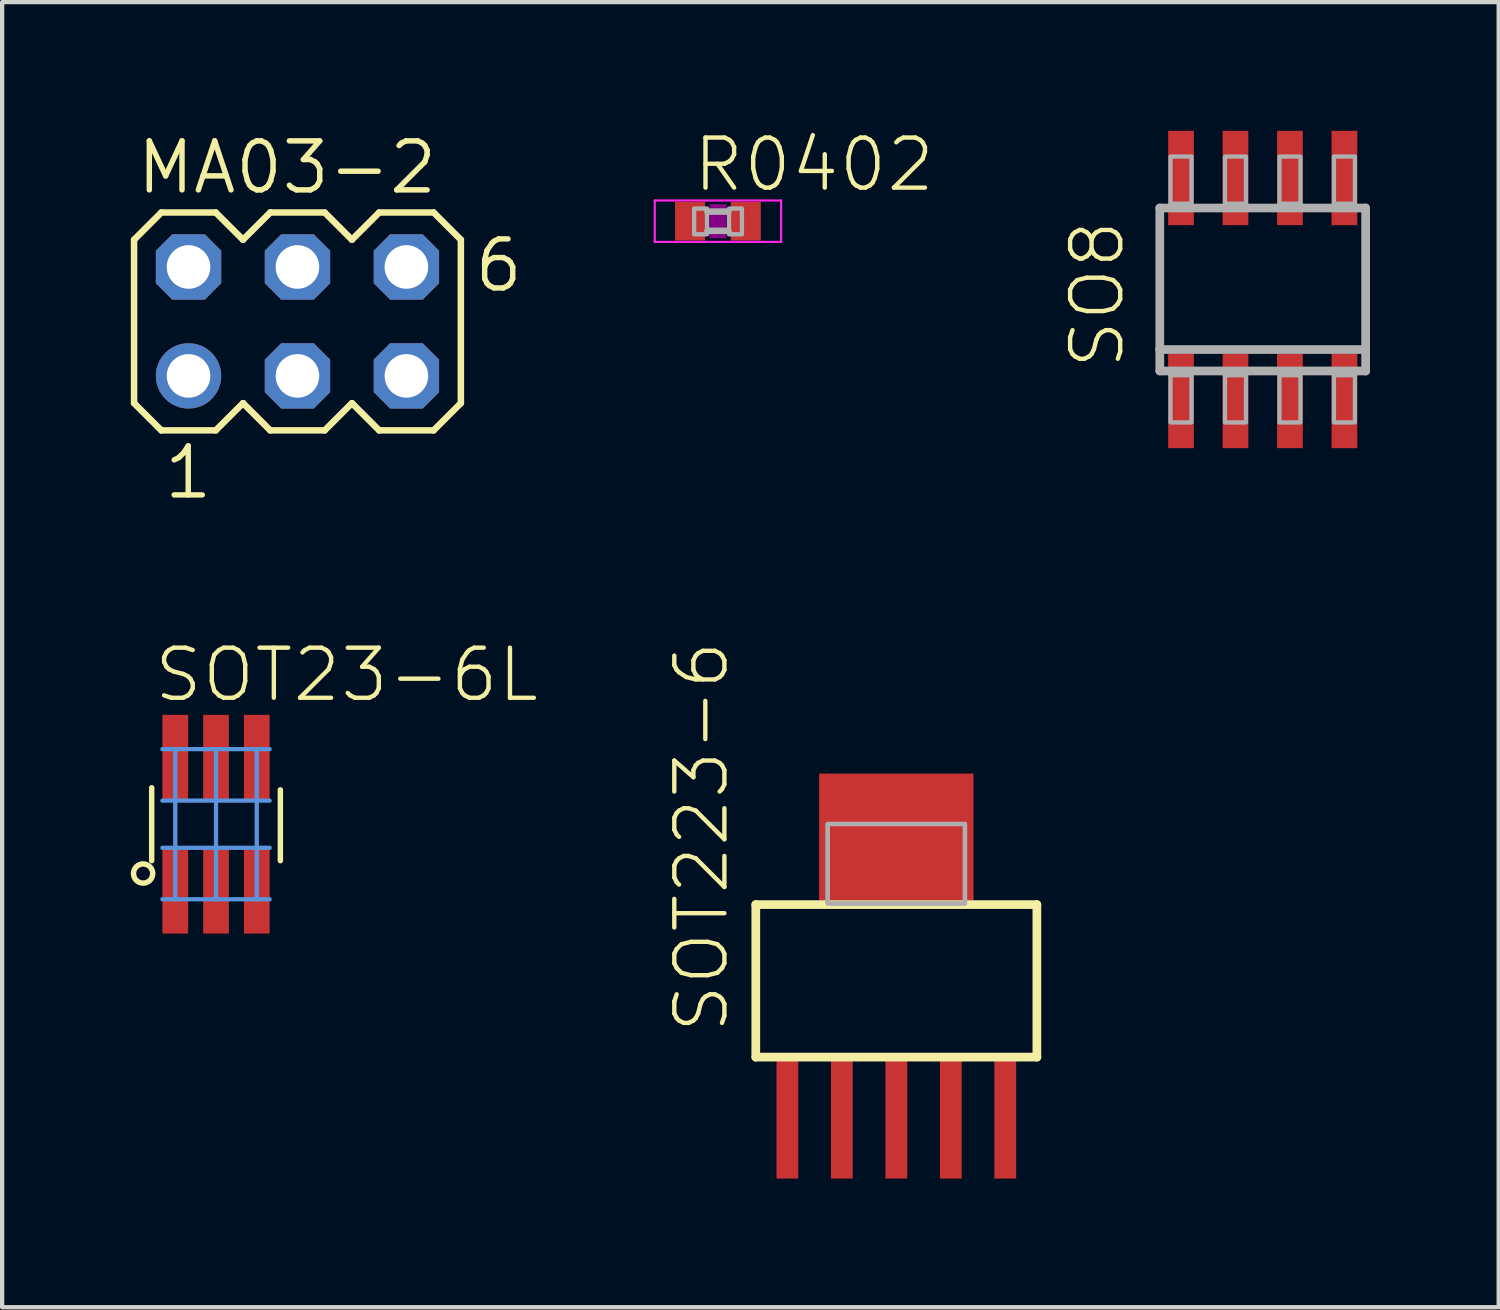
<source format=kicad_pcb>
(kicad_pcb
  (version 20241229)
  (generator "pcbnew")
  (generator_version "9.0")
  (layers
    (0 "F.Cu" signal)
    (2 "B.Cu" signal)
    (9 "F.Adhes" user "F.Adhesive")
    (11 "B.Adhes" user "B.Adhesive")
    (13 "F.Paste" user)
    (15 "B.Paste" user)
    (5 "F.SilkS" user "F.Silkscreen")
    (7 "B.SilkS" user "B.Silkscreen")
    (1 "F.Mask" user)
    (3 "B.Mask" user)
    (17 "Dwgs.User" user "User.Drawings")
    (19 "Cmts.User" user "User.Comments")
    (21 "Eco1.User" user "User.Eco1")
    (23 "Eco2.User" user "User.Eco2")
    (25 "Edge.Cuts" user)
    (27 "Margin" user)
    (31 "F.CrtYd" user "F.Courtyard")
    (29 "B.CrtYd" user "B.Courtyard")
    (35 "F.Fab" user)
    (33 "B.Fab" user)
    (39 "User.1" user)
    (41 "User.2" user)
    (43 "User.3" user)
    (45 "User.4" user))
  (footprint "R0402"
    (layer "F.Cu")
    (at 13.69 2.108)
    (property "Reference" "R0402" (at -0.635 -0.635 0) (layer "F.SilkS") (effects (font (size 1.168 1.168) (thickness 0.102)) (justify left bottom)))
    (fp_poly (pts (xy -0.2 0.4) (xy 0.2 0.4) (xy 0.2 -0.4) (xy -0.2 -0.4)) (stroke (width 0) (type solid)) (fill yes) (layer "F.Adhes"))
    (fp_line (start -1.473 -0.483) (end 1.473 -0.483) (stroke (width 0.051) (type solid)) (layer "F.CrtYd"))
    (fp_line (start -1.473 0.483) (end -1.473 -0.483) (stroke (width 0.051) (type solid)) (layer "F.CrtYd"))
    (fp_line (start 1.473 -0.483) (end 1.473 0.483) (stroke (width 0.051) (type solid)) (layer "F.CrtYd"))
    (fp_line (start 1.473 0.483) (end -1.473 0.483) (stroke (width 0.051) (type solid)) (layer "F.CrtYd"))
    (fp_line (start -0.245 -0.224) (end 0.245 -0.224) (stroke (width 0.152) (type solid)) (layer "F.Fab"))
    (fp_line (start 0.245 0.224) (end -0.245 0.224) (stroke (width 0.152) (type solid)) (layer "F.Fab"))
    (fp_poly (pts (xy -0.554 0.305) (xy -0.254 0.305) (xy -0.254 -0.295) (xy -0.554 -0.295)) (stroke (width 0.1) (type solid)) (fill no) (layer "F.Fab"))
    (fp_poly (pts (xy 0.259 0.305) (xy 0.559 0.305) (xy 0.559 -0.295) (xy 0.259 -0.295)) (stroke (width 0.1) (type solid)) (fill no) (layer "F.Fab"))
    (pad "1" smd rect (at -0.65 0) (size 0.7 0.9) (layers "F.Cu" "F.Mask" "F.Paste"))
    (pad "2" smd rect (at 0.65 0) (size 0.7 0.9) (layers "F.Cu" "F.Mask" "F.Paste")))
  (footprint "MA03-2"
    (layer "F.Cu")
    (at 3.886 4.445)
    (property "Reference" "MA03-2" (at -3.81 -2.921 0) (layer "F.SilkS") (effects (font (size 1.143 1.143) (thickness 0.127)) (justify left bottom)))
    (fp_line (start -3.81 -1.905) (end -3.81 1.905) (stroke (width 0.152) (type solid)) (layer "F.SilkS"))
    (fp_line (start -3.81 1.905) (end -3.175 2.54) (stroke (width 0.152) (type solid)) (layer "F.SilkS"))
    (fp_line (start -3.175 -2.54) (end -3.81 -1.905) (stroke (width 0.152) (type solid)) (layer "F.SilkS"))
    (fp_line (start -3.175 -2.54) (end -1.905 -2.54) (stroke (width 0.152) (type solid)) (layer "F.SilkS"))
    (fp_line (start -1.905 -2.54) (end -1.27 -1.905) (stroke (width 0.152) (type solid)) (layer "F.SilkS"))
    (fp_line (start -1.905 2.54) (end -3.175 2.54) (stroke (width 0.152) (type solid)) (layer "F.SilkS"))
    (fp_line (start -1.27 -1.905) (end -0.635 -2.54) (stroke (width 0.152) (type solid)) (layer "F.SilkS"))
    (fp_line (start -1.27 1.905) (end -1.905 2.54) (stroke (width 0.152) (type solid)) (layer "F.SilkS"))
    (fp_line (start -0.635 -2.54) (end 0.635 -2.54) (stroke (width 0.152) (type solid)) (layer "F.SilkS"))
    (fp_line (start -0.635 2.54) (end -1.27 1.905) (stroke (width 0.152) (type solid)) (layer "F.SilkS"))
    (fp_line (start 0.635 -2.54) (end 1.27 -1.905) (stroke (width 0.152) (type solid)) (layer "F.SilkS"))
    (fp_line (start 0.635 2.54) (end -0.635 2.54) (stroke (width 0.152) (type solid)) (layer "F.SilkS"))
    (fp_line (start 1.27 -1.905) (end 1.905 -2.54) (stroke (width 0.152) (type solid)) (layer "F.SilkS"))
    (fp_line (start 1.27 1.905) (end 0.635 2.54) (stroke (width 0.152) (type solid)) (layer "F.SilkS"))
    (fp_line (start 1.905 -2.54) (end 3.175 -2.54) (stroke (width 0.152) (type solid)) (layer "F.SilkS"))
    (fp_line (start 1.905 2.54) (end 1.27 1.905) (stroke (width 0.152) (type solid)) (layer "F.SilkS"))
    (fp_line (start 3.175 -2.54) (end 3.81 -1.905) (stroke (width 0.152) (type solid)) (layer "F.SilkS"))
    (fp_line (start 3.175 2.54) (end 1.905 2.54) (stroke (width 0.152) (type solid)) (layer "F.SilkS"))
    (fp_line (start 3.81 -1.905) (end 3.81 1.905) (stroke (width 0.152) (type solid)) (layer "F.SilkS"))
    (fp_line (start 3.81 1.905) (end 3.175 2.54) (stroke (width 0.152) (type solid)) (layer "F.SilkS"))
    (fp_poly (pts (xy -2.794 -1.016) (xy -2.286 -1.016) (xy -2.286 -1.524) (xy -2.794 -1.524)) (stroke (width 0.1) (type solid)) (fill no) (layer "F.Fab"))
    (fp_poly (pts (xy -2.794 1.524) (xy -2.286 1.524) (xy -2.286 1.016) (xy -2.794 1.016)) (stroke (width 0.1) (type solid)) (fill no) (layer "F.Fab"))
    (fp_poly (pts (xy -0.254 -1.016) (xy 0.254 -1.016) (xy 0.254 -1.524) (xy -0.254 -1.524)) (stroke (width 0.1) (type solid)) (fill no) (layer "F.Fab"))
    (fp_poly (pts (xy -0.254 1.524) (xy 0.254 1.524) (xy 0.254 1.016) (xy -0.254 1.016)) (stroke (width 0.1) (type solid)) (fill no) (layer "F.Fab"))
    (fp_poly (pts (xy 2.286 -1.016) (xy 2.794 -1.016) (xy 2.794 -1.524) (xy 2.286 -1.524)) (stroke (width 0.1) (type solid)) (fill no) (layer "F.Fab"))
    (fp_poly (pts (xy 2.286 1.524) (xy 2.794 1.524) (xy 2.794 1.016) (xy 2.286 1.016)) (stroke (width 0.1) (type solid)) (fill no) (layer "F.Fab"))
    (fp_text user "1" (at -3.175 4.191 0) (layer "F.SilkS") (effects (font (size 1.143 1.143) (thickness 0.127)) (justify left bottom)))
    (fp_text user "6" (at 4.064 -0.635 0) (layer "F.SilkS") (effects (font (size 1.143 1.143) (thickness 0.127)) (justify left bottom)))
    (pad "1" thru_hole circle (at -2.54 1.27) (size 1.524 1.524) (drill 1.016) (layers "*.Cu" "*.Mask"))
    (pad "2" thru_hole roundrect (at -2.54 -1.27) (size 1.524 1.524) (drill 1.016) (layers "*.Cu" "*.Mask") (roundrect_rratio 0.25) (chamfer_ratio 0.25) (chamfer top_left top_right bottom_left bottom_right))
    (pad "3" thru_hole roundrect (at 0 1.27) (size 1.524 1.524) (drill 1.016) (layers "*.Cu" "*.Mask") (roundrect_rratio 0.25) (chamfer_ratio 0.25) (chamfer top_left top_right bottom_left bottom_right))
    (pad "4" thru_hole roundrect (at 0 -1.27) (size 1.524 1.524) (drill 1.016) (layers "*.Cu" "*.Mask") (roundrect_rratio 0.25) (chamfer_ratio 0.25) (chamfer top_left top_right bottom_left bottom_right))
    (pad "5" thru_hole roundrect (at 2.54 1.27) (size 1.524 1.524) (drill 1.016) (layers "*.Cu" "*.Mask") (roundrect_rratio 0.25) (chamfer_ratio 0.25) (chamfer top_left top_right bottom_left bottom_right))
    (pad "6" thru_hole roundrect (at 2.54 -1.27) (size 1.524 1.524) (drill 1.016) (layers "*.Cu" "*.Mask") (roundrect_rratio 0.25) (chamfer_ratio 0.25) (chamfer top_left top_right bottom_left bottom_right)))
  (footprint "SO8"
    (layer "F.Cu")
    (at 26.393 3.7)
    (property "Reference" "SO8" (at -3.175 1.905 90) (layer "F.SilkS") (effects (font (size 1.168 1.168) (thickness 0.102)) (justify left bottom)))
    (fp_line (start -2.4 -1.9) (end 2.4 -1.9) (stroke (width 0.203) (type solid)) (layer "F.Fab"))
    (fp_line (start -2.4 1.4) (end -2.4 -1.9) (stroke (width 0.203) (type solid)) (layer "F.Fab"))
    (fp_line (start -2.4 1.9) (end -2.4 1.4) (stroke (width 0.203) (type solid)) (layer "F.Fab"))
    (fp_line (start 2.4 -1.9) (end 2.4 1.4) (stroke (width 0.203) (type solid)) (layer "F.Fab"))
    (fp_line (start 2.4 1.4) (end -2.4 1.4) (stroke (width 0.203) (type solid)) (layer "F.Fab"))
    (fp_line (start 2.4 1.4) (end 2.4 1.9) (stroke (width 0.203) (type solid)) (layer "F.Fab"))
    (fp_line (start 2.4 1.9) (end -2.4 1.9) (stroke (width 0.203) (type solid)) (layer "F.Fab"))
    (fp_poly (pts (xy -2.15 -2) (xy -1.66 -2) (xy -1.66 -3.1) (xy -2.15 -3.1)) (stroke (width 0.1) (type solid)) (fill no) (layer "F.Fab"))
    (fp_poly (pts (xy -2.15 3.1) (xy -1.66 3.1) (xy -1.66 2) (xy -2.15 2)) (stroke (width 0.1) (type solid)) (fill no) (layer "F.Fab"))
    (fp_poly (pts (xy -0.88 -2) (xy -0.39 -2) (xy -0.39 -3.1) (xy -0.88 -3.1)) (stroke (width 0.1) (type solid)) (fill no) (layer "F.Fab"))
    (fp_poly (pts (xy -0.88 3.1) (xy -0.39 3.1) (xy -0.39 2) (xy -0.88 2)) (stroke (width 0.1) (type solid)) (fill no) (layer "F.Fab"))
    (fp_poly (pts (xy 0.39 -2) (xy 0.88 -2) (xy 0.88 -3.1) (xy 0.39 -3.1)) (stroke (width 0.1) (type solid)) (fill no) (layer "F.Fab"))
    (fp_poly (pts (xy 0.39 3.1) (xy 0.88 3.1) (xy 0.88 2) (xy 0.39 2)) (stroke (width 0.1) (type solid)) (fill no) (layer "F.Fab"))
    (fp_poly (pts (xy 1.66 -2) (xy 2.15 -2) (xy 2.15 -3.1) (xy 1.66 -3.1)) (stroke (width 0.1) (type solid)) (fill no) (layer "F.Fab"))
    (fp_poly (pts (xy 1.66 3.1) (xy 2.15 3.1) (xy 2.15 2) (xy 1.66 2)) (stroke (width 0.1) (type solid)) (fill no) (layer "F.Fab"))
    (pad "1" smd rect (at -1.905 2.6) (size 0.6 2.2) (layers "F.Cu" "F.Mask" "F.Paste"))
    (pad "2" smd rect (at -0.635 2.6) (size 0.6 2.2) (layers "F.Cu" "F.Mask" "F.Paste"))
    (pad "3" smd rect (at 0.635 2.6) (size 0.6 2.2) (layers "F.Cu" "F.Mask" "F.Paste"))
    (pad "4" smd rect (at 1.905 2.6) (size 0.6 2.2) (layers "F.Cu" "F.Mask" "F.Paste"))
    (pad "5" smd rect (at 1.905 -2.6) (size 0.6 2.2) (layers "F.Cu" "F.Mask" "F.Paste"))
    (pad "6" smd rect (at 0.635 -2.6) (size 0.6 2.2) (layers "F.Cu" "F.Mask" "F.Paste"))
    (pad "7" smd rect (at -0.635 -2.6) (size 0.6 2.2) (layers "F.Cu" "F.Mask" "F.Paste"))
    (pad "8" smd rect (at -1.905 -2.6) (size 0.6 2.2) (layers "F.Cu" "F.Mask" "F.Paste")))
  (footprint "SOT223-6"
    (layer "F.Cu")
    (at 17.85 19.821)
    (property "Reference" "SOT223-6" (at -3.861 1.27 90) (layer "F.SilkS") (effects (font (size 1.168 1.168) (thickness 0.102)) (justify left bottom)))
    (fp_line (start -3.277 -1.778) (end 3.277 -1.778) (stroke (width 0.203) (type solid)) (layer "F.SilkS"))
    (fp_line (start -3.277 1.778) (end -3.277 -1.778) (stroke (width 0.203) (type solid)) (layer "F.SilkS"))
    (fp_line (start 3.277 -1.778) (end 3.277 1.778) (stroke (width 0.203) (type solid)) (layer "F.SilkS"))
    (fp_line (start 3.277 1.778) (end -3.277 1.778) (stroke (width 0.203) (type solid)) (layer "F.SilkS"))
    (fp_poly (pts (xy -1.6 -1.803) (xy 1.6 -1.803) (xy 1.6 -3.658) (xy -1.6 -3.658)) (stroke (width 0.1) (type solid)) (fill no) (layer "F.Fab"))
    (fp_poly (pts (xy -1.6 -1.803) (xy 1.6 -1.803) (xy 1.6 -3.658) (xy -1.6 -3.658)) (stroke (width 0.1) (type solid)) (fill no) (layer "F.Fab"))
    (pad "P$1" smd rect (at -2.54 3.175) (size 0.508 2.87) (layers "F.Cu" "F.Mask" "F.Paste"))
    (pad "P$2" smd rect (at -1.27 3.175) (size 0.508 2.87) (layers "F.Cu" "F.Mask" "F.Paste"))
    (pad "P$3" smd rect (at 0 3.175) (size 0.508 2.87) (layers "F.Cu" "F.Mask" "F.Paste"))
    (pad "P$4" smd rect (at 1.27 3.175) (size 0.508 2.87) (layers "F.Cu" "F.Mask" "F.Paste"))
    (pad "P$5" smd rect (at 2.54 3.175) (size 0.508 2.87) (layers "F.Cu" "F.Mask" "F.Paste"))
    (pad "P$6" smd rect (at 0 -3.353) (size 3.6 2.962) (layers "F.Cu" "F.Mask" "F.Paste")))
  (footprint "SOT23-6L"
    (layer "F.Cu")
    (at 1.987 16.168)
    (property "Reference" "SOT23-6L" (at -1.5 -2.8 0) (layer "F.SilkS") (effects (font (size 1.168 1.168) (thickness 0.102)) (justify left bottom)))
    (fp_line (start -1.5 0.85) (end -1.5 -0.85) (stroke (width 0.127) (type solid)) (layer "F.SilkS"))
    (fp_line (start 1.5 0.85) (end 1.5 -0.8) (stroke (width 0.127) (type solid)) (layer "F.SilkS"))
    (fp_circle (center -1.7 1.15) (end -1.476 1.15) (stroke (width 0.127) (type solid)) (fill no) (layer "F.SilkS"))
    (fp_line (start -1.25 -1.75) (end -0.95 -1.75) (stroke (width 0.1) (type solid)) (layer "Cmts.User"))
    (fp_line (start -1.25 -0.55) (end 1.25 -0.55) (stroke (width 0.1) (type solid)) (layer "Cmts.User"))
    (fp_line (start -1.25 1.75) (end -0.95 1.75) (stroke (width 0.1) (type solid)) (layer "Cmts.User"))
    (fp_line (start -0.95 -1.75) (end 0 -1.75) (stroke (width 0.1) (type solid)) (layer "Cmts.User"))
    (fp_line (start -0.95 1.75) (end -0.95 -1.75) (stroke (width 0.1) (type solid)) (layer "Cmts.User"))
    (fp_line (start -0.95 1.75) (end 0 1.75) (stroke (width 0.1) (type solid)) (layer "Cmts.User"))
    (fp_line (start 0 -1.75) (end 0.95 -1.75) (stroke (width 0.1) (type solid)) (layer "Cmts.User"))
    (fp_line (start 0 1.75) (end 0 -1.75) (stroke (width 0.1) (type solid)) (layer "Cmts.User"))
    (fp_line (start 0 1.75) (end 0.95 1.75) (stroke (width 0.1) (type solid)) (layer "Cmts.User"))
    (fp_line (start 0.95 -1.75) (end 0.95 1.75) (stroke (width 0.1) (type solid)) (layer "Cmts.User"))
    (fp_line (start 0.95 -1.75) (end 1.25 -1.75) (stroke (width 0.1) (type solid)) (layer "Cmts.User"))
    (fp_line (start 0.95 1.75) (end 1.25 1.75) (stroke (width 0.1) (type solid)) (layer "Cmts.User"))
    (fp_line (start 1.25 0.55) (end -1.25 0.55) (stroke (width 0.1) (type solid)) (layer "Cmts.User"))
    (pad "P$1" smd rect (at -0.95 1.55 90) (size 2 0.6) (layers "F.Cu" "F.Mask" "F.Paste"))
    (pad "P$2" smd rect (at 0 1.55 90) (size 2 0.6) (layers "F.Cu" "F.Mask" "F.Paste"))
    (pad "P$3" smd rect (at 0.95 1.55 90) (size 2 0.6) (layers "F.Cu" "F.Mask" "F.Paste"))
    (pad "P$4" smd rect (at 0.95 -1.55 90) (size 2 0.6) (layers "F.Cu" "F.Mask" "F.Paste"))
    (pad "P$5" smd rect (at 0 -1.55 90) (size 2 0.6) (layers "F.Cu" "F.Mask" "F.Paste"))
    (pad "P$6" smd rect (at -0.95 -1.55 90) (size 2 0.6) (layers "F.Cu" "F.Mask" "F.Paste")))
  (gr_rect
    (start -3 -3)
    (end 31.895 27.431)
    (stroke (width 0.1) (type default))
    (fill no)
    (layer "Edge.Cuts")))
</source>
